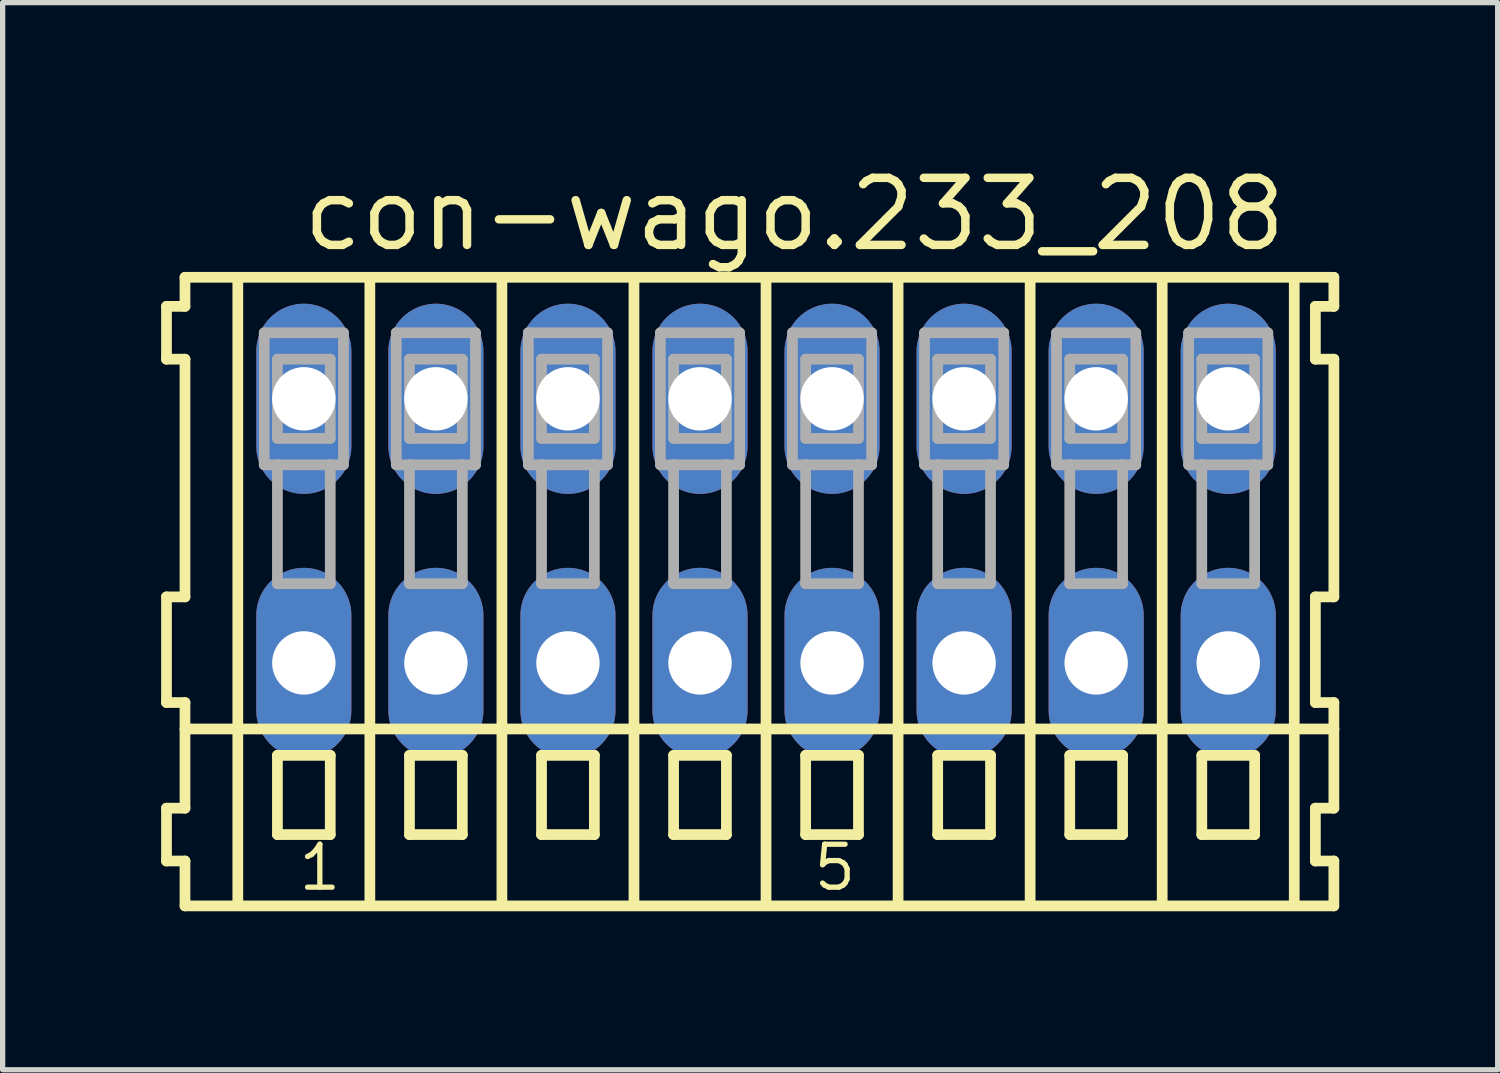
<source format=kicad_pcb>
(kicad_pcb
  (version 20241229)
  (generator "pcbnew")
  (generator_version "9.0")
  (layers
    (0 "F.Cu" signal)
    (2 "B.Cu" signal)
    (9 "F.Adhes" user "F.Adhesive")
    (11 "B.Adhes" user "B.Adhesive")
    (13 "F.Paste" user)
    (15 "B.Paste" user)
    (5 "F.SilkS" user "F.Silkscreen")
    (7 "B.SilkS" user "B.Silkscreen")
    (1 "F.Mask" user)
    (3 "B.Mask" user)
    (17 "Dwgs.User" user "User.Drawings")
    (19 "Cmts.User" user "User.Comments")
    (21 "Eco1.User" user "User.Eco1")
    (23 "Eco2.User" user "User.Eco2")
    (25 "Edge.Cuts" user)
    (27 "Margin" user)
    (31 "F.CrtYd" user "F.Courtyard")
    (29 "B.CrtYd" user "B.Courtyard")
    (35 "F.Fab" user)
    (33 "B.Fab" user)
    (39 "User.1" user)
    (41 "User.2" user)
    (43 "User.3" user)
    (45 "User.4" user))
  (footprint "con-wago.233_208"
    (layer "F.Cu")
    (at 11.452 7)
    (property "Reference" "con-wago.233_208" (at -8.85 -5.25 0) (layer "F.SilkS") (effects (font (size 1.27 1.27) (thickness 0.16)) (justify left bottom)))
    (attr through_hole)
    (fp_line (start -11.35 -4.25) (end -11.35 -3.25) (stroke (width 0.203) (type default)) (layer "F.SilkS"))
    (fp_line (start -11.35 -3.25) (end -11 -3.25) (stroke (width 0.203) (type default)) (layer "F.SilkS"))
    (fp_line (start -11.35 1.25) (end -11.35 3.25) (stroke (width 0.203) (type default)) (layer "F.SilkS"))
    (fp_line (start -11.35 3.25) (end -11 3.25) (stroke (width 0.203) (type default)) (layer "F.SilkS"))
    (fp_line (start -11.35 5.25) (end -11.35 6.25) (stroke (width 0.203) (type default)) (layer "F.SilkS"))
    (fp_line (start -11.35 6.25) (end -11 6.25) (stroke (width 0.203) (type default)) (layer "F.SilkS"))
    (fp_line (start -11 -4.8) (end -11 -4.25) (stroke (width 0.203) (type default)) (layer "F.SilkS"))
    (fp_line (start -11 -4.25) (end -11.35 -4.25) (stroke (width 0.203) (type default)) (layer "F.SilkS"))
    (fp_line (start -11 -3.25) (end -11 1.25) (stroke (width 0.203) (type default)) (layer "F.SilkS"))
    (fp_line (start -11 1.25) (end -11.35 1.25) (stroke (width 0.203) (type default)) (layer "F.SilkS"))
    (fp_line (start -11 3.25) (end -11 5.25) (stroke (width 0.203) (type default)) (layer "F.SilkS"))
    (fp_line (start -11 3.75) (end 10.75 3.75) (stroke (width 0.203) (type default)) (layer "F.SilkS"))
    (fp_line (start -11 5.25) (end -11.35 5.25) (stroke (width 0.203) (type default)) (layer "F.SilkS"))
    (fp_line (start -11 6.25) (end -11 7.1) (stroke (width 0.203) (type default)) (layer "F.SilkS"))
    (fp_line (start -11 7.1) (end 10.75 7.1) (stroke (width 0.203) (type default)) (layer "F.SilkS"))
    (fp_line (start -10 -4.75) (end -10 7) (stroke (width 0.203) (type default)) (layer "F.SilkS"))
    (fp_line (start -9.25 4.25) (end -9.25 5.75) (stroke (width 0.203) (type default)) (layer "F.SilkS"))
    (fp_line (start -9.25 5.75) (end -8.25 5.75) (stroke (width 0.203) (type default)) (layer "F.SilkS"))
    (fp_line (start -8.25 4.25) (end -9.25 4.25) (stroke (width 0.203) (type default)) (layer "F.SilkS"))
    (fp_line (start -8.25 5.75) (end -8.25 4.25) (stroke (width 0.203) (type default)) (layer "F.SilkS"))
    (fp_line (start -7.5 -4.75) (end -7.5 7) (stroke (width 0.203) (type default)) (layer "F.SilkS"))
    (fp_line (start -6.75 4.25) (end -6.75 5.75) (stroke (width 0.203) (type default)) (layer "F.SilkS"))
    (fp_line (start -6.75 5.75) (end -5.75 5.75) (stroke (width 0.203) (type default)) (layer "F.SilkS"))
    (fp_line (start -5.75 4.25) (end -6.75 4.25) (stroke (width 0.203) (type default)) (layer "F.SilkS"))
    (fp_line (start -5.75 5.75) (end -5.75 4.25) (stroke (width 0.203) (type default)) (layer "F.SilkS"))
    (fp_line (start -5 -4.75) (end -5 7) (stroke (width 0.203) (type default)) (layer "F.SilkS"))
    (fp_line (start -4.25 4.25) (end -4.25 5.75) (stroke (width 0.203) (type default)) (layer "F.SilkS"))
    (fp_line (start -4.25 5.75) (end -3.25 5.75) (stroke (width 0.203) (type default)) (layer "F.SilkS"))
    (fp_line (start -3.25 4.25) (end -4.25 4.25) (stroke (width 0.203) (type default)) (layer "F.SilkS"))
    (fp_line (start -3.25 5.75) (end -3.25 4.25) (stroke (width 0.203) (type default)) (layer "F.SilkS"))
    (fp_line (start -2.5 -4.75) (end -2.5 7) (stroke (width 0.203) (type default)) (layer "F.SilkS"))
    (fp_line (start -1.75 4.25) (end -1.75 5.75) (stroke (width 0.203) (type default)) (layer "F.SilkS"))
    (fp_line (start -1.75 5.75) (end -0.75 5.75) (stroke (width 0.203) (type default)) (layer "F.SilkS"))
    (fp_line (start -0.75 4.25) (end -1.75 4.25) (stroke (width 0.203) (type default)) (layer "F.SilkS"))
    (fp_line (start -0.75 5.75) (end -0.75 4.25) (stroke (width 0.203) (type default)) (layer "F.SilkS"))
    (fp_line (start 0 -4.75) (end 0 7) (stroke (width 0.203) (type default)) (layer "F.SilkS"))
    (fp_line (start 0.75 4.25) (end 0.75 5.75) (stroke (width 0.203) (type default)) (layer "F.SilkS"))
    (fp_line (start 0.75 5.75) (end 1.75 5.75) (stroke (width 0.203) (type default)) (layer "F.SilkS"))
    (fp_line (start 1.75 4.25) (end 0.75 4.25) (stroke (width 0.203) (type default)) (layer "F.SilkS"))
    (fp_line (start 1.75 5.75) (end 1.75 4.25) (stroke (width 0.203) (type default)) (layer "F.SilkS"))
    (fp_line (start 2.5 -4.75) (end 2.5 7) (stroke (width 0.203) (type default)) (layer "F.SilkS"))
    (fp_line (start 3.25 4.25) (end 3.25 5.75) (stroke (width 0.203) (type default)) (layer "F.SilkS"))
    (fp_line (start 3.25 5.75) (end 4.25 5.75) (stroke (width 0.203) (type default)) (layer "F.SilkS"))
    (fp_line (start 4.25 4.25) (end 3.25 4.25) (stroke (width 0.203) (type default)) (layer "F.SilkS"))
    (fp_line (start 4.25 5.75) (end 4.25 4.25) (stroke (width 0.203) (type default)) (layer "F.SilkS"))
    (fp_line (start 5 -4.75) (end 5 7) (stroke (width 0.203) (type default)) (layer "F.SilkS"))
    (fp_line (start 5.75 4.25) (end 5.75 5.75) (stroke (width 0.203) (type default)) (layer "F.SilkS"))
    (fp_line (start 5.75 5.75) (end 6.75 5.75) (stroke (width 0.203) (type default)) (layer "F.SilkS"))
    (fp_line (start 6.75 4.25) (end 5.75 4.25) (stroke (width 0.203) (type default)) (layer "F.SilkS"))
    (fp_line (start 6.75 5.75) (end 6.75 4.25) (stroke (width 0.203) (type default)) (layer "F.SilkS"))
    (fp_line (start 7.5 -4.75) (end 7.5 7) (stroke (width 0.203) (type default)) (layer "F.SilkS"))
    (fp_line (start 8.25 4.25) (end 8.25 5.75) (stroke (width 0.203) (type default)) (layer "F.SilkS"))
    (fp_line (start 8.25 5.75) (end 9.25 5.75) (stroke (width 0.203) (type default)) (layer "F.SilkS"))
    (fp_line (start 9.25 4.25) (end 8.25 4.25) (stroke (width 0.203) (type default)) (layer "F.SilkS"))
    (fp_line (start 9.25 5.75) (end 9.25 4.25) (stroke (width 0.203) (type default)) (layer "F.SilkS"))
    (fp_line (start 10 -4.75) (end 10 7) (stroke (width 0.203) (type default)) (layer "F.SilkS"))
    (fp_line (start 10.4 -4.25) (end 10.4 -3.25) (stroke (width 0.203) (type default)) (layer "F.SilkS"))
    (fp_line (start 10.4 -3.25) (end 10.75 -3.25) (stroke (width 0.203) (type default)) (layer "F.SilkS"))
    (fp_line (start 10.4 1.25) (end 10.4 3.25) (stroke (width 0.203) (type default)) (layer "F.SilkS"))
    (fp_line (start 10.4 3.25) (end 10.75 3.25) (stroke (width 0.203) (type default)) (layer "F.SilkS"))
    (fp_line (start 10.4 5.25) (end 10.4 6.25) (stroke (width 0.203) (type default)) (layer "F.SilkS"))
    (fp_line (start 10.4 6.25) (end 10.75 6.25) (stroke (width 0.203) (type default)) (layer "F.SilkS"))
    (fp_line (start 10.75 -4.8) (end -11 -4.8) (stroke (width 0.203) (type default)) (layer "F.SilkS"))
    (fp_line (start 10.75 -4.25) (end 10.4 -4.25) (stroke (width 0.203) (type default)) (layer "F.SilkS"))
    (fp_line (start 10.75 -4.25) (end 10.75 -4.8) (stroke (width 0.203) (type default)) (layer "F.SilkS"))
    (fp_line (start 10.75 1.25) (end 10.4 1.25) (stroke (width 0.203) (type default)) (layer "F.SilkS"))
    (fp_line (start 10.75 1.25) (end 10.75 -3.25) (stroke (width 0.203) (type default)) (layer "F.SilkS"))
    (fp_line (start 10.75 3.75) (end 10.75 3.25) (stroke (width 0.203) (type default)) (layer "F.SilkS"))
    (fp_line (start 10.75 5.25) (end 10.4 5.25) (stroke (width 0.203) (type default)) (layer "F.SilkS"))
    (fp_line (start 10.75 5.25) (end 10.75 3.75) (stroke (width 0.203) (type default)) (layer "F.SilkS"))
    (fp_line (start 10.75 7.1) (end 10.75 6.25) (stroke (width 0.203) (type default)) (layer "F.SilkS"))
    (fp_line (start -9.5 -3.75) (end -9.5 -1.25) (stroke (width 0.203) (type default)) (layer "F.Fab"))
    (fp_line (start -9.5 -1.25) (end -9.25 -1.25) (stroke (width 0.203) (type default)) (layer "F.Fab"))
    (fp_line (start -9.25 -3.25) (end -9.25 -1.75) (stroke (width 0.203) (type default)) (layer "F.Fab"))
    (fp_line (start -9.25 -1.75) (end -8.25 -1.75) (stroke (width 0.203) (type default)) (layer "F.Fab"))
    (fp_line (start -9.25 -1.25) (end -9.25 1) (stroke (width 0.203) (type default)) (layer "F.Fab"))
    (fp_line (start -9.25 -1.25) (end -8.25 -1.25) (stroke (width 0.203) (type default)) (layer "F.Fab"))
    (fp_line (start -9.25 1) (end -8.25 1) (stroke (width 0.203) (type default)) (layer "F.Fab"))
    (fp_line (start -8.25 -3.25) (end -9.25 -3.25) (stroke (width 0.203) (type default)) (layer "F.Fab"))
    (fp_line (start -8.25 -1.75) (end -8.25 -3.25) (stroke (width 0.203) (type default)) (layer "F.Fab"))
    (fp_line (start -8.25 -1.25) (end -8 -1.25) (stroke (width 0.203) (type default)) (layer "F.Fab"))
    (fp_line (start -8.25 1) (end -8.25 -1.25) (stroke (width 0.203) (type default)) (layer "F.Fab"))
    (fp_line (start -8 -3.75) (end -9.5 -3.75) (stroke (width 0.203) (type default)) (layer "F.Fab"))
    (fp_line (start -8 -1.25) (end -8 -3.75) (stroke (width 0.203) (type default)) (layer "F.Fab"))
    (fp_line (start -7 -3.75) (end -7 -1.25) (stroke (width 0.203) (type default)) (layer "F.Fab"))
    (fp_line (start -7 -1.25) (end -6.75 -1.25) (stroke (width 0.203) (type default)) (layer "F.Fab"))
    (fp_line (start -6.75 -3.25) (end -6.75 -1.75) (stroke (width 0.203) (type default)) (layer "F.Fab"))
    (fp_line (start -6.75 -1.75) (end -5.75 -1.75) (stroke (width 0.203) (type default)) (layer "F.Fab"))
    (fp_line (start -6.75 -1.25) (end -6.75 1) (stroke (width 0.203) (type default)) (layer "F.Fab"))
    (fp_line (start -6.75 -1.25) (end -5.75 -1.25) (stroke (width 0.203) (type default)) (layer "F.Fab"))
    (fp_line (start -6.75 1) (end -5.75 1) (stroke (width 0.203) (type default)) (layer "F.Fab"))
    (fp_line (start -5.75 -3.25) (end -6.75 -3.25) (stroke (width 0.203) (type default)) (layer "F.Fab"))
    (fp_line (start -5.75 -1.75) (end -5.75 -3.25) (stroke (width 0.203) (type default)) (layer "F.Fab"))
    (fp_line (start -5.75 -1.25) (end -5.5 -1.25) (stroke (width 0.203) (type default)) (layer "F.Fab"))
    (fp_line (start -5.75 1) (end -5.75 -1.25) (stroke (width 0.203) (type default)) (layer "F.Fab"))
    (fp_line (start -5.5 -3.75) (end -7 -3.75) (stroke (width 0.203) (type default)) (layer "F.Fab"))
    (fp_line (start -5.5 -1.25) (end -5.5 -3.75) (stroke (width 0.203) (type default)) (layer "F.Fab"))
    (fp_line (start -4.5 -3.75) (end -4.5 -1.25) (stroke (width 0.203) (type default)) (layer "F.Fab"))
    (fp_line (start -4.5 -1.25) (end -4.25 -1.25) (stroke (width 0.203) (type default)) (layer "F.Fab"))
    (fp_line (start -4.25 -3.25) (end -4.25 -1.75) (stroke (width 0.203) (type default)) (layer "F.Fab"))
    (fp_line (start -4.25 -1.75) (end -3.25 -1.75) (stroke (width 0.203) (type default)) (layer "F.Fab"))
    (fp_line (start -4.25 -1.25) (end -4.25 1) (stroke (width 0.203) (type default)) (layer "F.Fab"))
    (fp_line (start -4.25 -1.25) (end -3.25 -1.25) (stroke (width 0.203) (type default)) (layer "F.Fab"))
    (fp_line (start -4.25 1) (end -3.25 1) (stroke (width 0.203) (type default)) (layer "F.Fab"))
    (fp_line (start -3.25 -3.25) (end -4.25 -3.25) (stroke (width 0.203) (type default)) (layer "F.Fab"))
    (fp_line (start -3.25 -1.75) (end -3.25 -3.25) (stroke (width 0.203) (type default)) (layer "F.Fab"))
    (fp_line (start -3.25 -1.25) (end -3 -1.25) (stroke (width 0.203) (type default)) (layer "F.Fab"))
    (fp_line (start -3.25 1) (end -3.25 -1.25) (stroke (width 0.203) (type default)) (layer "F.Fab"))
    (fp_line (start -3 -3.75) (end -4.5 -3.75) (stroke (width 0.203) (type default)) (layer "F.Fab"))
    (fp_line (start -3 -1.25) (end -3 -3.75) (stroke (width 0.203) (type default)) (layer "F.Fab"))
    (fp_line (start -2 -3.75) (end -2 -1.25) (stroke (width 0.203) (type default)) (layer "F.Fab"))
    (fp_line (start -2 -1.25) (end -1.75 -1.25) (stroke (width 0.203) (type default)) (layer "F.Fab"))
    (fp_line (start -1.75 -3.25) (end -1.75 -1.75) (stroke (width 0.203) (type default)) (layer "F.Fab"))
    (fp_line (start -1.75 -1.75) (end -0.75 -1.75) (stroke (width 0.203) (type default)) (layer "F.Fab"))
    (fp_line (start -1.75 -1.25) (end -1.75 1) (stroke (width 0.203) (type default)) (layer "F.Fab"))
    (fp_line (start -1.75 -1.25) (end -0.75 -1.25) (stroke (width 0.203) (type default)) (layer "F.Fab"))
    (fp_line (start -1.75 1) (end -0.75 1) (stroke (width 0.203) (type default)) (layer "F.Fab"))
    (fp_line (start -0.75 -3.25) (end -1.75 -3.25) (stroke (width 0.203) (type default)) (layer "F.Fab"))
    (fp_line (start -0.75 -1.75) (end -0.75 -3.25) (stroke (width 0.203) (type default)) (layer "F.Fab"))
    (fp_line (start -0.75 -1.25) (end -0.5 -1.25) (stroke (width 0.203) (type default)) (layer "F.Fab"))
    (fp_line (start -0.75 1) (end -0.75 -1.25) (stroke (width 0.203) (type default)) (layer "F.Fab"))
    (fp_line (start -0.5 -3.75) (end -2 -3.75) (stroke (width 0.203) (type default)) (layer "F.Fab"))
    (fp_line (start -0.5 -1.25) (end -0.5 -3.75) (stroke (width 0.203) (type default)) (layer "F.Fab"))
    (fp_line (start 0.5 -3.75) (end 0.5 -1.25) (stroke (width 0.203) (type default)) (layer "F.Fab"))
    (fp_line (start 0.5 -1.25) (end 0.75 -1.25) (stroke (width 0.203) (type default)) (layer "F.Fab"))
    (fp_line (start 0.75 -3.25) (end 0.75 -1.75) (stroke (width 0.203) (type default)) (layer "F.Fab"))
    (fp_line (start 0.75 -1.75) (end 1.75 -1.75) (stroke (width 0.203) (type default)) (layer "F.Fab"))
    (fp_line (start 0.75 -1.25) (end 0.75 1) (stroke (width 0.203) (type default)) (layer "F.Fab"))
    (fp_line (start 0.75 -1.25) (end 1.75 -1.25) (stroke (width 0.203) (type default)) (layer "F.Fab"))
    (fp_line (start 0.75 1) (end 1.75 1) (stroke (width 0.203) (type default)) (layer "F.Fab"))
    (fp_line (start 1.75 -3.25) (end 0.75 -3.25) (stroke (width 0.203) (type default)) (layer "F.Fab"))
    (fp_line (start 1.75 -1.75) (end 1.75 -3.25) (stroke (width 0.203) (type default)) (layer "F.Fab"))
    (fp_line (start 1.75 -1.25) (end 2 -1.25) (stroke (width 0.203) (type default)) (layer "F.Fab"))
    (fp_line (start 1.75 1) (end 1.75 -1.25) (stroke (width 0.203) (type default)) (layer "F.Fab"))
    (fp_line (start 2 -3.75) (end 0.5 -3.75) (stroke (width 0.203) (type default)) (layer "F.Fab"))
    (fp_line (start 2 -1.25) (end 2 -3.75) (stroke (width 0.203) (type default)) (layer "F.Fab"))
    (fp_line (start 3 -3.75) (end 3 -1.25) (stroke (width 0.203) (type default)) (layer "F.Fab"))
    (fp_line (start 3 -1.25) (end 3.25 -1.25) (stroke (width 0.203) (type default)) (layer "F.Fab"))
    (fp_line (start 3.25 -3.25) (end 3.25 -1.75) (stroke (width 0.203) (type default)) (layer "F.Fab"))
    (fp_line (start 3.25 -1.75) (end 4.25 -1.75) (stroke (width 0.203) (type default)) (layer "F.Fab"))
    (fp_line (start 3.25 -1.25) (end 3.25 1) (stroke (width 0.203) (type default)) (layer "F.Fab"))
    (fp_line (start 3.25 -1.25) (end 4.25 -1.25) (stroke (width 0.203) (type default)) (layer "F.Fab"))
    (fp_line (start 3.25 1) (end 4.25 1) (stroke (width 0.203) (type default)) (layer "F.Fab"))
    (fp_line (start 4.25 -3.25) (end 3.25 -3.25) (stroke (width 0.203) (type default)) (layer "F.Fab"))
    (fp_line (start 4.25 -1.75) (end 4.25 -3.25) (stroke (width 0.203) (type default)) (layer "F.Fab"))
    (fp_line (start 4.25 -1.25) (end 4.5 -1.25) (stroke (width 0.203) (type default)) (layer "F.Fab"))
    (fp_line (start 4.25 1) (end 4.25 -1.25) (stroke (width 0.203) (type default)) (layer "F.Fab"))
    (fp_line (start 4.5 -3.75) (end 3 -3.75) (stroke (width 0.203) (type default)) (layer "F.Fab"))
    (fp_line (start 4.5 -1.25) (end 4.5 -3.75) (stroke (width 0.203) (type default)) (layer "F.Fab"))
    (fp_line (start 5.5 -3.75) (end 5.5 -1.25) (stroke (width 0.203) (type default)) (layer "F.Fab"))
    (fp_line (start 5.5 -1.25) (end 5.75 -1.25) (stroke (width 0.203) (type default)) (layer "F.Fab"))
    (fp_line (start 5.75 -3.25) (end 5.75 -1.75) (stroke (width 0.203) (type default)) (layer "F.Fab"))
    (fp_line (start 5.75 -1.75) (end 6.75 -1.75) (stroke (width 0.203) (type default)) (layer "F.Fab"))
    (fp_line (start 5.75 -1.25) (end 5.75 1) (stroke (width 0.203) (type default)) (layer "F.Fab"))
    (fp_line (start 5.75 -1.25) (end 6.75 -1.25) (stroke (width 0.203) (type default)) (layer "F.Fab"))
    (fp_line (start 5.75 1) (end 6.75 1) (stroke (width 0.203) (type default)) (layer "F.Fab"))
    (fp_line (start 6.75 -3.25) (end 5.75 -3.25) (stroke (width 0.203) (type default)) (layer "F.Fab"))
    (fp_line (start 6.75 -1.75) (end 6.75 -3.25) (stroke (width 0.203) (type default)) (layer "F.Fab"))
    (fp_line (start 6.75 -1.25) (end 7 -1.25) (stroke (width 0.203) (type default)) (layer "F.Fab"))
    (fp_line (start 6.75 1) (end 6.75 -1.25) (stroke (width 0.203) (type default)) (layer "F.Fab"))
    (fp_line (start 7 -3.75) (end 5.5 -3.75) (stroke (width 0.203) (type default)) (layer "F.Fab"))
    (fp_line (start 7 -1.25) (end 7 -3.75) (stroke (width 0.203) (type default)) (layer "F.Fab"))
    (fp_line (start 8 -3.75) (end 8 -1.25) (stroke (width 0.203) (type default)) (layer "F.Fab"))
    (fp_line (start 8 -1.25) (end 8.25 -1.25) (stroke (width 0.203) (type default)) (layer "F.Fab"))
    (fp_line (start 8.25 -3.25) (end 8.25 -1.75) (stroke (width 0.203) (type default)) (layer "F.Fab"))
    (fp_line (start 8.25 -1.75) (end 9.25 -1.75) (stroke (width 0.203) (type default)) (layer "F.Fab"))
    (fp_line (start 8.25 -1.25) (end 8.25 1) (stroke (width 0.203) (type default)) (layer "F.Fab"))
    (fp_line (start 8.25 -1.25) (end 9.25 -1.25) (stroke (width 0.203) (type default)) (layer "F.Fab"))
    (fp_line (start 8.25 1) (end 9.25 1) (stroke (width 0.203) (type default)) (layer "F.Fab"))
    (fp_line (start 9.25 -3.25) (end 8.25 -3.25) (stroke (width 0.203) (type default)) (layer "F.Fab"))
    (fp_line (start 9.25 -1.75) (end 9.25 -3.25) (stroke (width 0.203) (type default)) (layer "F.Fab"))
    (fp_line (start 9.25 -1.25) (end 9.5 -1.25) (stroke (width 0.203) (type default)) (layer "F.Fab"))
    (fp_line (start 9.25 1) (end 9.25 -1.25) (stroke (width 0.203) (type default)) (layer "F.Fab"))
    (fp_line (start 9.5 -3.75) (end 8 -3.75) (stroke (width 0.203) (type default)) (layer "F.Fab"))
    (fp_line (start 9.5 -1.25) (end 9.5 -3.75) (stroke (width 0.203) (type default)) (layer "F.Fab"))
    (fp_text user "1" (at -8.9 6.85 0) (layer "F.SilkS") (effects (font (size 0.813 0.813) (thickness 0.1)) (justify left bottom)))
    (fp_text user "5" (at 0.85 6.85 0) (layer "F.SilkS") (effects (font (size 0.813 0.813) (thickness 0.1)) (justify left bottom)))
    (pad "A1" thru_hole oval (at -8.75 -2.5 90) (size 3.6 1.8) (drill 1.2) (layers "*.Cu" "*.Mask"))
    (pad "A2" thru_hole oval (at -6.25 -2.5 90) (size 3.6 1.8) (drill 1.2) (layers "*.Cu" "*.Mask"))
    (pad "A3" thru_hole oval (at -3.75 -2.5 90) (size 3.6 1.8) (drill 1.2) (layers "*.Cu" "*.Mask"))
    (pad "A4" thru_hole oval (at -1.25 -2.5 90) (size 3.6 1.8) (drill 1.2) (layers "*.Cu" "*.Mask"))
    (pad "A5" thru_hole oval (at 1.25 -2.5 90) (size 3.6 1.8) (drill 1.2) (layers "*.Cu" "*.Mask"))
    (pad "A6" thru_hole oval (at 3.75 -2.5 90) (size 3.6 1.8) (drill 1.2) (layers "*.Cu" "*.Mask"))
    (pad "A7" thru_hole oval (at 6.25 -2.5 90) (size 3.6 1.8) (drill 1.2) (layers "*.Cu" "*.Mask"))
    (pad "A8" thru_hole oval (at 8.75 -2.5 90) (size 3.6 1.8) (drill 1.2) (layers "*.Cu" "*.Mask"))
    (pad "B1" thru_hole oval (at -8.75 2.5 90) (size 3.6 1.8) (drill 1.2) (layers "*.Cu" "*.Mask"))
    (pad "B2" thru_hole oval (at -6.25 2.5 90) (size 3.6 1.8) (drill 1.2) (layers "*.Cu" "*.Mask"))
    (pad "B3" thru_hole oval (at -3.75 2.5 90) (size 3.6 1.8) (drill 1.2) (layers "*.Cu" "*.Mask"))
    (pad "B4" thru_hole oval (at -1.25 2.5 90) (size 3.6 1.8) (drill 1.2) (layers "*.Cu" "*.Mask"))
    (pad "B5" thru_hole oval (at 1.25 2.5 90) (size 3.6 1.8) (drill 1.2) (layers "*.Cu" "*.Mask"))
    (pad "B6" thru_hole oval (at 3.75 2.5 90) (size 3.6 1.8) (drill 1.2) (layers "*.Cu" "*.Mask"))
    (pad "B7" thru_hole oval (at 6.25 2.5 90) (size 3.6 1.8) (drill 1.2) (layers "*.Cu" "*.Mask"))
    (pad "B8" thru_hole oval (at 8.75 2.5 90) (size 3.6 1.8) (drill 1.2) (layers "*.Cu" "*.Mask")))
  (gr_rect
    (start -3 -3)
    (end 25.303 17.202)
    (stroke (width 0.1) (type default))
    (fill no)
    (layer "Edge.Cuts")))
</source>
